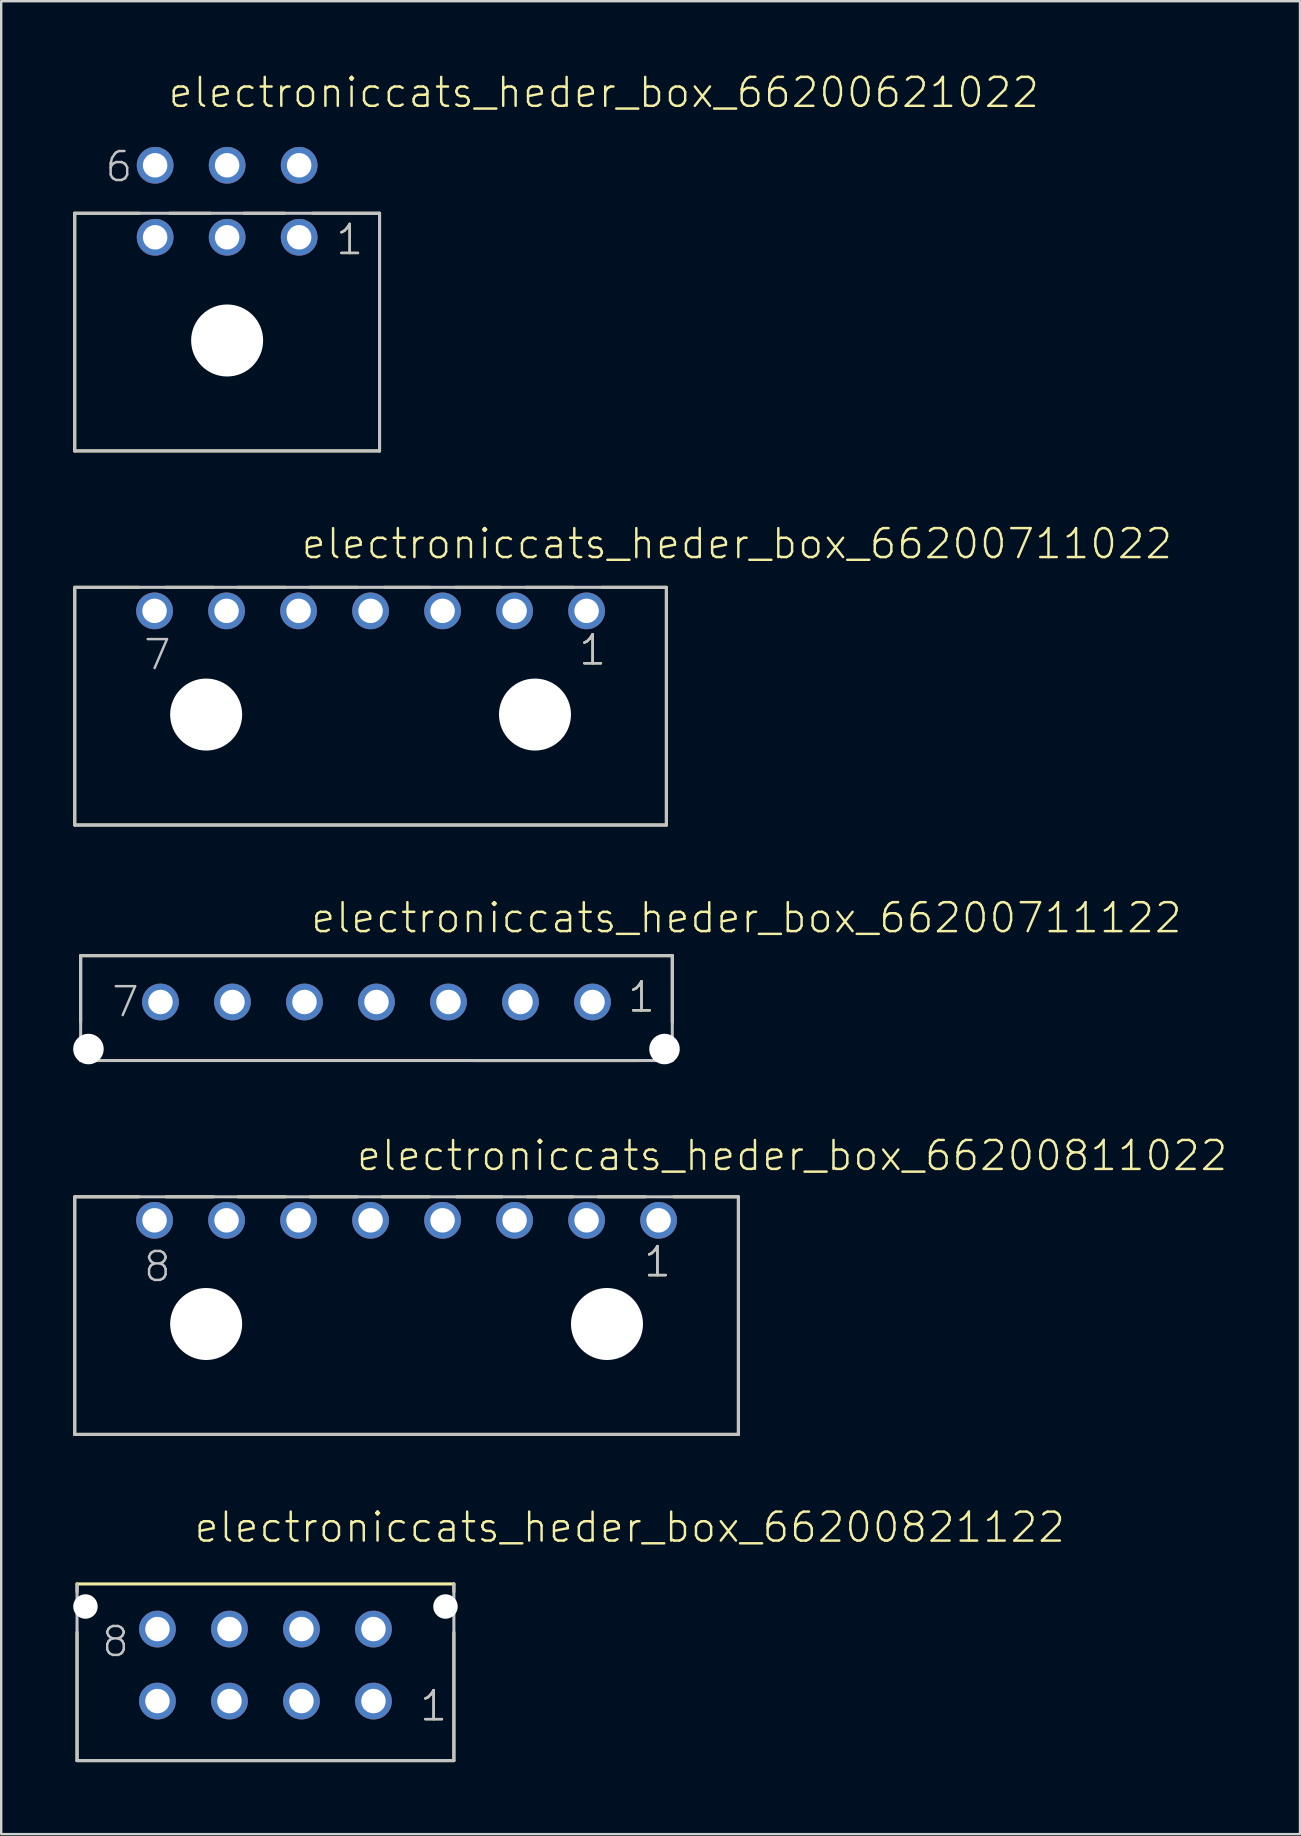
<source format=kicad_pcb>
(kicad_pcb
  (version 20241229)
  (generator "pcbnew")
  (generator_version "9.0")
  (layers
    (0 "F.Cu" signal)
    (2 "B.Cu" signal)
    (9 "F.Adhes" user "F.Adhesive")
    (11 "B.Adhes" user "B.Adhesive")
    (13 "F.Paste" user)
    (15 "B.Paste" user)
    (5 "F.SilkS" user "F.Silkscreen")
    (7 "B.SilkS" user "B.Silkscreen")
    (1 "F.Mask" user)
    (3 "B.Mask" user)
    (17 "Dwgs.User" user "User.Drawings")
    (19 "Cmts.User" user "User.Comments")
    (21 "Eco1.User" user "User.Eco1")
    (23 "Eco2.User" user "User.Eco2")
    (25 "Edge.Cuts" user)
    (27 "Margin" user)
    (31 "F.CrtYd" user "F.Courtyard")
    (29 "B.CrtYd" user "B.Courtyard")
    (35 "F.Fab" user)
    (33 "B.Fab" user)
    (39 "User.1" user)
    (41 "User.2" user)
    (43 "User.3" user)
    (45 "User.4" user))
  (footprint "electroniccats_heder_box_66200811022"
    (layer "F.Cu")
    (at 13.889 52.112)
    (property "Reference" "electroniccats_heder_box_66200811022" (at -2.15 -6.31 0) (layer "F.SilkS") (effects (font (size 1.206 1.206) (thickness 0.102)) (justify left bottom)))
    (attr through_hole)
    (fp_line (start -13.825 4.6) (end -13.825 -5.3) (stroke (width 0.127) (type solid)) (layer "F.SilkS"))
    (fp_line (start -13.8 -5.3) (end -11.15 -5.3) (stroke (width 0.127) (type solid)) (layer "F.SilkS"))
    (fp_line (start -10.02 -5.3) (end -8.04 -5.3) (stroke (width 0.127) (type solid)) (layer "F.SilkS"))
    (fp_line (start -7.02 -5.3) (end -5.04 -5.3) (stroke (width 0.127) (type solid)) (layer "F.SilkS"))
    (fp_line (start -4.02 -5.3) (end -2.04 -5.3) (stroke (width 0.127) (type solid)) (layer "F.SilkS"))
    (fp_line (start -1.02 -5.3) (end 0.96 -5.3) (stroke (width 0.127) (type solid)) (layer "F.SilkS"))
    (fp_line (start 2.08 -5.3) (end 3.98 -5.3) (stroke (width 0.127) (type solid)) (layer "F.SilkS"))
    (fp_line (start 5.03 -5.3) (end 6.93 -5.3) (stroke (width 0.127) (type solid)) (layer "F.SilkS"))
    (fp_line (start 7.98 -5.3) (end 9.96 -5.3) (stroke (width 0.127) (type solid)) (layer "F.SilkS"))
    (fp_line (start 11.13 -5.3) (end 13.8 -5.3) (stroke (width 0.127) (type solid)) (layer "F.SilkS"))
    (fp_line (start 13.825 -5.3) (end 13.825 4.6) (stroke (width 0.127) (type solid)) (layer "F.SilkS"))
    (fp_line (start 13.825 4.6) (end -13.825 4.6) (stroke (width 0.127) (type solid)) (layer "F.SilkS"))
    (fp_line (start -13.825 -5.3) (end 13.825 -5.3) (stroke (width 0.127) (type solid)) (layer "Dwgs.User"))
    (fp_line (start -13.825 4.6) (end -13.825 -5.3) (stroke (width 0.127) (type solid)) (layer "Dwgs.User"))
    (fp_line (start 13.825 -5.3) (end 13.825 4.6) (stroke (width 0.127) (type solid)) (layer "Dwgs.User"))
    (fp_line (start 13.825 4.6) (end -13.825 4.6) (stroke (width 0.127) (type solid)) (layer "Dwgs.User"))
    (fp_text user "1" (at 9.81 -1.885 0) (layer "F.SilkS") (effects (font (size 1.206 1.206) (thickness 0.102)) (justify left bottom)))
    (fp_text user "8" (at -11.025 -1.685 0) (layer "Dwgs.User") (effects (font (size 1.206 1.206) (thickness 0.102)) (justify left bottom)))
    (fp_text user "1" (at 9.81 -1.885 0) (layer "Dwgs.User") (effects (font (size 1.206 1.206) (thickness 0.102)) (justify left bottom)))
    (pad "" np_thru_hole circle (at -8.35 0) (size 3 3) (drill 3) (layers "*.Cu"))
    (pad "" np_thru_hole circle (at 8.35 0) (size 3 3) (drill 3) (layers "*.Cu"))
    (pad "1" thru_hole circle (at 10.5 -4.32) (size 1.53 1.53) (drill 1.02) (layers "*.Cu" "*.Mask"))
    (pad "2" thru_hole circle (at 7.5 -4.32) (size 1.53 1.53) (drill 1.02) (layers "*.Cu" "*.Mask"))
    (pad "3" thru_hole circle (at 4.5 -4.32) (size 1.53 1.53) (drill 1.02) (layers "*.Cu" "*.Mask"))
    (pad "4" thru_hole circle (at 1.5 -4.32) (size 1.53 1.53) (drill 1.02) (layers "*.Cu" "*.Mask"))
    (pad "5" thru_hole circle (at -1.5 -4.32) (size 1.53 1.53) (drill 1.02) (layers "*.Cu" "*.Mask"))
    (pad "6" thru_hole circle (at -4.5 -4.32) (size 1.53 1.53) (drill 1.02) (layers "*.Cu" "*.Mask"))
    (pad "7" thru_hole circle (at -7.5 -4.32) (size 1.53 1.53) (drill 1.02) (layers "*.Cu" "*.Mask"))
    (pad "8" thru_hole circle (at -10.5 -4.32) (size 1.53 1.53) (drill 1.02) (layers "*.Cu" "*.Mask")))
  (footprint "electroniccats_heder_box_66200821122"
    (layer "F.Cu")
    (at 8.01 66.322)
    (property "Reference" "electroniccats_heder_box_66200821122" (at -3.035 -5.035 0) (layer "F.SilkS") (effects (font (size 1.206 1.206) (thickness 0.102)) (justify left bottom)))
    (attr through_hole)
    (fp_line (start -7.85 -3.05) (end -7.85 -3.38) (stroke (width 0.127) (type solid)) (layer "F.SilkS"))
    (fp_line (start -7.85 -1.37) (end -7.85 3.98) (stroke (width 0.127) (type solid)) (layer "F.SilkS"))
    (fp_line (start -7.85 3.98) (end 7.85 3.98) (stroke (width 0.127) (type solid)) (layer "F.SilkS"))
    (fp_line (start 7.85 -3.38) (end -7.85 -3.38) (stroke (width 0.127) (type solid)) (layer "F.SilkS"))
    (fp_line (start 7.85 -3.05) (end 7.85 -3.38) (stroke (width 0.127) (type solid)) (layer "F.SilkS"))
    (fp_line (start 7.85 -1.36) (end 7.85 3.94) (stroke (width 0.127) (type solid)) (layer "F.SilkS"))
    (fp_line (start -7.85 -3.38) (end -7.85 3.98) (stroke (width 0.127) (type solid)) (layer "Dwgs.User"))
    (fp_line (start -7.85 3.98) (end 7.85 3.98) (stroke (width 0.127) (type solid)) (layer "Dwgs.User"))
    (fp_line (start 7.85 3.98) (end 7.85 -3.38) (stroke (width 0.127) (type solid)) (layer "Dwgs.User"))
    (fp_text user "1" (at 6.365 2.405 0) (layer "F.SilkS") (effects (font (size 1.206 1.206) (thickness 0.102)) (justify left bottom)))
    (fp_text user "8" (at -6.89 -0.27 0) (layer "Dwgs.User") (effects (font (size 1.206 1.206) (thickness 0.102)) (justify left bottom)))
    (fp_text user "1" (at 6.365 2.405 0) (layer "Dwgs.User") (effects (font (size 1.206 1.206) (thickness 0.102)) (justify left bottom)))
    (pad "" np_thru_hole circle (at -7.5 -2.44) (size 1.02 1.02) (drill 1.02) (layers "*.Cu"))
    (pad "" np_thru_hole circle (at 7.5 -2.44) (size 1.02 1.02) (drill 1.02) (layers "*.Cu"))
    (pad "1" thru_hole circle (at 4.5 1.5) (size 1.53 1.53) (drill 1.02) (layers "*.Cu" "*.Mask"))
    (pad "2" thru_hole circle (at 1.5 1.5) (size 1.53 1.53) (drill 1.02) (layers "*.Cu" "*.Mask"))
    (pad "3" thru_hole circle (at -1.5 1.5) (size 1.53 1.53) (drill 1.02) (layers "*.Cu" "*.Mask"))
    (pad "4" thru_hole circle (at -4.5 1.5) (size 1.53 1.53) (drill 1.02) (layers "*.Cu" "*.Mask"))
    (pad "5" thru_hole circle (at 4.5 -1.5) (size 1.53 1.53) (drill 1.02) (layers "*.Cu" "*.Mask"))
    (pad "6" thru_hole circle (at 1.5 -1.5) (size 1.53 1.53) (drill 1.02) (layers "*.Cu" "*.Mask"))
    (pad "7" thru_hole circle (at -1.5 -1.5) (size 1.53 1.53) (drill 1.02) (layers "*.Cu" "*.Mask"))
    (pad "8" thru_hole circle (at -4.5 -1.5) (size 1.53 1.53) (drill 1.02) (layers "*.Cu" "*.Mask")))
  (footprint "electroniccats_heder_box_66200711022"
    (layer "F.Cu")
    (at 12.389 26.721)
    (property "Reference" "electroniccats_heder_box_66200711022" (at -2.95 -6.41 0) (layer "F.SilkS") (effects (font (size 1.206 1.206) (thickness 0.102)) (justify left bottom)))
    (attr through_hole)
    (fp_line (start -12.325 4.6) (end -12.325 -5.3) (stroke (width 0.127) (type solid)) (layer "F.SilkS"))
    (fp_line (start -12.3 -5.3) (end -9.65 -5.3) (stroke (width 0.127) (type solid)) (layer "F.SilkS"))
    (fp_line (start -8.52 -5.3) (end -6.54 -5.3) (stroke (width 0.127) (type solid)) (layer "F.SilkS"))
    (fp_line (start -5.52 -5.3) (end -3.54 -5.3) (stroke (width 0.127) (type solid)) (layer "F.SilkS"))
    (fp_line (start -2.52 -5.3) (end -0.54 -5.3) (stroke (width 0.127) (type solid)) (layer "F.SilkS"))
    (fp_line (start 0.58 -5.3) (end 2.48 -5.3) (stroke (width 0.127) (type solid)) (layer "F.SilkS"))
    (fp_line (start 3.53 -5.3) (end 5.43 -5.3) (stroke (width 0.127) (type solid)) (layer "F.SilkS"))
    (fp_line (start 6.48 -5.3) (end 8.46 -5.3) (stroke (width 0.127) (type solid)) (layer "F.SilkS"))
    (fp_line (start 9.63 -5.3) (end 12.3 -5.3) (stroke (width 0.127) (type solid)) (layer "F.SilkS"))
    (fp_line (start 12.325 -5.3) (end 12.325 4.6) (stroke (width 0.127) (type solid)) (layer "F.SilkS"))
    (fp_line (start 12.325 4.6) (end -12.325 4.6) (stroke (width 0.127) (type solid)) (layer "F.SilkS"))
    (fp_line (start -12.325 -5.3) (end 12.325 -5.3) (stroke (width 0.127) (type solid)) (layer "Dwgs.User"))
    (fp_line (start -12.325 4.6) (end -12.325 -5.3) (stroke (width 0.127) (type solid)) (layer "Dwgs.User"))
    (fp_line (start 12.325 -5.3) (end 12.325 4.6) (stroke (width 0.127) (type solid)) (layer "Dwgs.User"))
    (fp_line (start 12.325 4.6) (end -12.325 4.6) (stroke (width 0.127) (type solid)) (layer "Dwgs.User"))
    (fp_text user "1" (at 8.61 -1.985 0) (layer "F.SilkS") (effects (font (size 1.206 1.206) (thickness 0.102)) (justify left bottom)))
    (fp_text user "1" (at 8.61 -1.985 0) (layer "Dwgs.User") (effects (font (size 1.206 1.206) (thickness 0.102)) (justify left bottom)))
    (fp_text user "7" (at -9.525 -1.785 0) (layer "Dwgs.User") (effects (font (size 1.206 1.206) (thickness 0.102)) (justify left bottom)))
    (pad "" np_thru_hole circle (at -6.85 0) (size 3 3) (drill 3) (layers "*.Cu"))
    (pad "" np_thru_hole circle (at 6.85 0) (size 3 3) (drill 3) (layers "*.Cu"))
    (pad "1" thru_hole circle (at 9 -4.32) (size 1.53 1.53) (drill 1.02) (layers "*.Cu" "*.Mask"))
    (pad "2" thru_hole circle (at 6 -4.32) (size 1.53 1.53) (drill 1.02) (layers "*.Cu" "*.Mask"))
    (pad "3" thru_hole circle (at 3 -4.32) (size 1.53 1.53) (drill 1.02) (layers "*.Cu" "*.Mask"))
    (pad "4" thru_hole circle (at 0 -4.32) (size 1.53 1.53) (drill 1.02) (layers "*.Cu" "*.Mask"))
    (pad "5" thru_hole circle (at -3 -4.32) (size 1.53 1.53) (drill 1.02) (layers "*.Cu" "*.Mask"))
    (pad "6" thru_hole circle (at -6 -4.32) (size 1.53 1.53) (drill 1.02) (layers "*.Cu" "*.Mask"))
    (pad "7" thru_hole circle (at -9 -4.32) (size 1.53 1.53) (drill 1.02) (layers "*.Cu" "*.Mask")))
  (footprint "electroniccats_heder_box_66200621022"
    (layer "F.Cu")
    (at 6.413 11.136)
    (property "Reference" "electroniccats_heder_box_66200621022" (at -2.52 -9.625 0) (layer "F.SilkS") (effects (font (size 1.206 1.206) (thickness 0.102)) (justify left bottom)))
    (attr through_hole)
    (fp_line (start -6.35 4.6) (end -6.35 -5.3) (stroke (width 0.127) (type solid)) (layer "F.SilkS"))
    (fp_line (start -3.66 -5.3) (end -6.35 -5.3) (stroke (width 0.127) (type solid)) (layer "F.SilkS"))
    (fp_line (start -2.4 -5.3) (end -0.7 -5.3) (stroke (width 0.127) (type solid)) (layer "F.SilkS"))
    (fp_line (start 0.7 -5.3) (end 2.4 -5.3) (stroke (width 0.127) (type solid)) (layer "F.SilkS"))
    (fp_line (start 3.56 -5.3) (end 6.35 -5.3) (stroke (width 0.127) (type solid)) (layer "F.SilkS"))
    (fp_line (start 6.35 -5.3) (end 6.35 4.6) (stroke (width 0.127) (type solid)) (layer "F.SilkS"))
    (fp_line (start 6.35 4.6) (end -6.35 4.6) (stroke (width 0.127) (type solid)) (layer "F.SilkS"))
    (fp_line (start -6.35 -5.3) (end 6.35 -5.3) (stroke (width 0.127) (type solid)) (layer "Dwgs.User"))
    (fp_line (start -6.35 4.6) (end -6.35 -5.3) (stroke (width 0.127) (type solid)) (layer "Dwgs.User"))
    (fp_line (start 6.35 -5.3) (end 6.35 4.6) (stroke (width 0.127) (type solid)) (layer "Dwgs.User"))
    (fp_line (start 6.35 4.6) (end -6.35 4.6) (stroke (width 0.127) (type solid)) (layer "Dwgs.User"))
    (fp_text user "1" (at 4.465 -3.495 0) (layer "F.SilkS") (effects (font (size 1.206 1.206) (thickness 0.102)) (justify left bottom)))
    (fp_text user "1" (at 4.465 -3.495 0) (layer "Dwgs.User") (effects (font (size 1.206 1.206) (thickness 0.102)) (justify left bottom)))
    (fp_text user "6" (at -5.15 -6.535 0) (layer "Dwgs.User") (effects (font (size 1.206 1.206) (thickness 0.102)) (justify left bottom)))
    (pad "" np_thru_hole circle (at 0 0) (size 3 3) (drill 3) (layers "*.Cu"))
    (pad "1" thru_hole circle (at 3 -4.3) (size 1.53 1.53) (drill 1.02) (layers "*.Cu" "*.Mask"))
    (pad "2" thru_hole circle (at 0 -4.3) (size 1.53 1.53) (drill 1.02) (layers "*.Cu" "*.Mask"))
    (pad "3" thru_hole circle (at -3 -4.3) (size 1.53 1.53) (drill 1.02) (layers "*.Cu" "*.Mask"))
    (pad "4" thru_hole circle (at 3 -7.3) (size 1.53 1.53) (drill 1.02) (layers "*.Cu" "*.Mask"))
    (pad "5" thru_hole circle (at 0 -7.3) (size 1.53 1.53) (drill 1.02) (layers "*.Cu" "*.Mask"))
    (pad "6" thru_hole circle (at -3 -7.3) (size 1.53 1.53) (drill 1.02) (layers "*.Cu" "*.Mask")))
  (footprint "electroniccats_heder_box_66200711122"
    (layer "F.Cu")
    (at 12.635 38.696)
    (property "Reference" "electroniccats_heder_box_66200711122" (at -2.8 -2.8 0) (layer "F.SilkS") (effects (font (size 1.206 1.206) (thickness 0.102)) (justify left bottom)))
    (attr through_hole)
    (fp_line (start -12.325 -1.93) (end 12.325 -1.93) (stroke (width 0.127) (type solid)) (layer "F.SilkS"))
    (fp_line (start -12.325 0.825) (end -12.325 -1.93) (stroke (width 0.127) (type solid)) (layer "F.SilkS"))
    (fp_line (start 4.08 2.44) (end 10.89 2.44) (stroke (width 0.127) (type solid)) (layer "F.SilkS"))
    (fp_line (start 12.325 -1.93) (end 12.325 0.845) (stroke (width 0.127) (type solid)) (layer "F.SilkS"))
    (fp_line (start -12.325 -1.93) (end 12.325 -1.93) (stroke (width 0.127) (type solid)) (layer "Dwgs.User"))
    (fp_line (start -12.325 2.44) (end -12.325 -1.93) (stroke (width 0.127) (type solid)) (layer "Dwgs.User"))
    (fp_line (start 12.325 -1.93) (end 12.325 2.44) (stroke (width 0.127) (type solid)) (layer "Dwgs.User"))
    (fp_line (start 12.325 2.44) (end -12.325 2.44) (stroke (width 0.127) (type solid)) (layer "Dwgs.User"))
    (fp_text user "1" (at 10.4 0.5 0) (layer "F.SilkS") (effects (font (size 1.206 1.206) (thickness 0.102)) (justify left bottom)))
    (fp_text user "1" (at 10.4 0.5 0) (layer "Dwgs.User") (effects (font (size 1.206 1.206) (thickness 0.102)) (justify left bottom)))
    (fp_text user "7" (at -11.1 0.7 0) (layer "Dwgs.User") (effects (font (size 1.206 1.206) (thickness 0.102)) (justify left bottom)))
    (pad "" np_thru_hole circle (at -12 1.96) (size 1.27 1.27) (drill 1.27) (layers "*.Cu"))
    (pad "" np_thru_hole circle (at 12 1.96) (size 1.27 1.27) (drill 1.27) (layers "*.Cu"))
    (pad "1" thru_hole circle (at 9 0) (size 1.53 1.53) (drill 1.02) (layers "*.Cu" "*.Mask"))
    (pad "2" thru_hole circle (at 6 0) (size 1.53 1.53) (drill 1.02) (layers "*.Cu" "*.Mask"))
    (pad "3" thru_hole circle (at 3 0) (size 1.53 1.53) (drill 1.02) (layers "*.Cu" "*.Mask"))
    (pad "4" thru_hole circle (at 0 0) (size 1.53 1.53) (drill 1.02) (layers "*.Cu" "*.Mask"))
    (pad "5" thru_hole circle (at -3 0) (size 1.53 1.53) (drill 1.02) (layers "*.Cu" "*.Mask"))
    (pad "6" thru_hole circle (at -6 0) (size 1.53 1.53) (drill 1.02) (layers "*.Cu" "*.Mask"))
    (pad "7" thru_hole circle (at -9 0) (size 1.53 1.53) (drill 1.02) (layers "*.Cu" "*.Mask")))
  (gr_rect
    (start -3 -3)
    (end 51.112 73.365)
    (stroke (width 0.1) (type default))
    (fill no)
    (layer "Edge.Cuts")))
</source>
